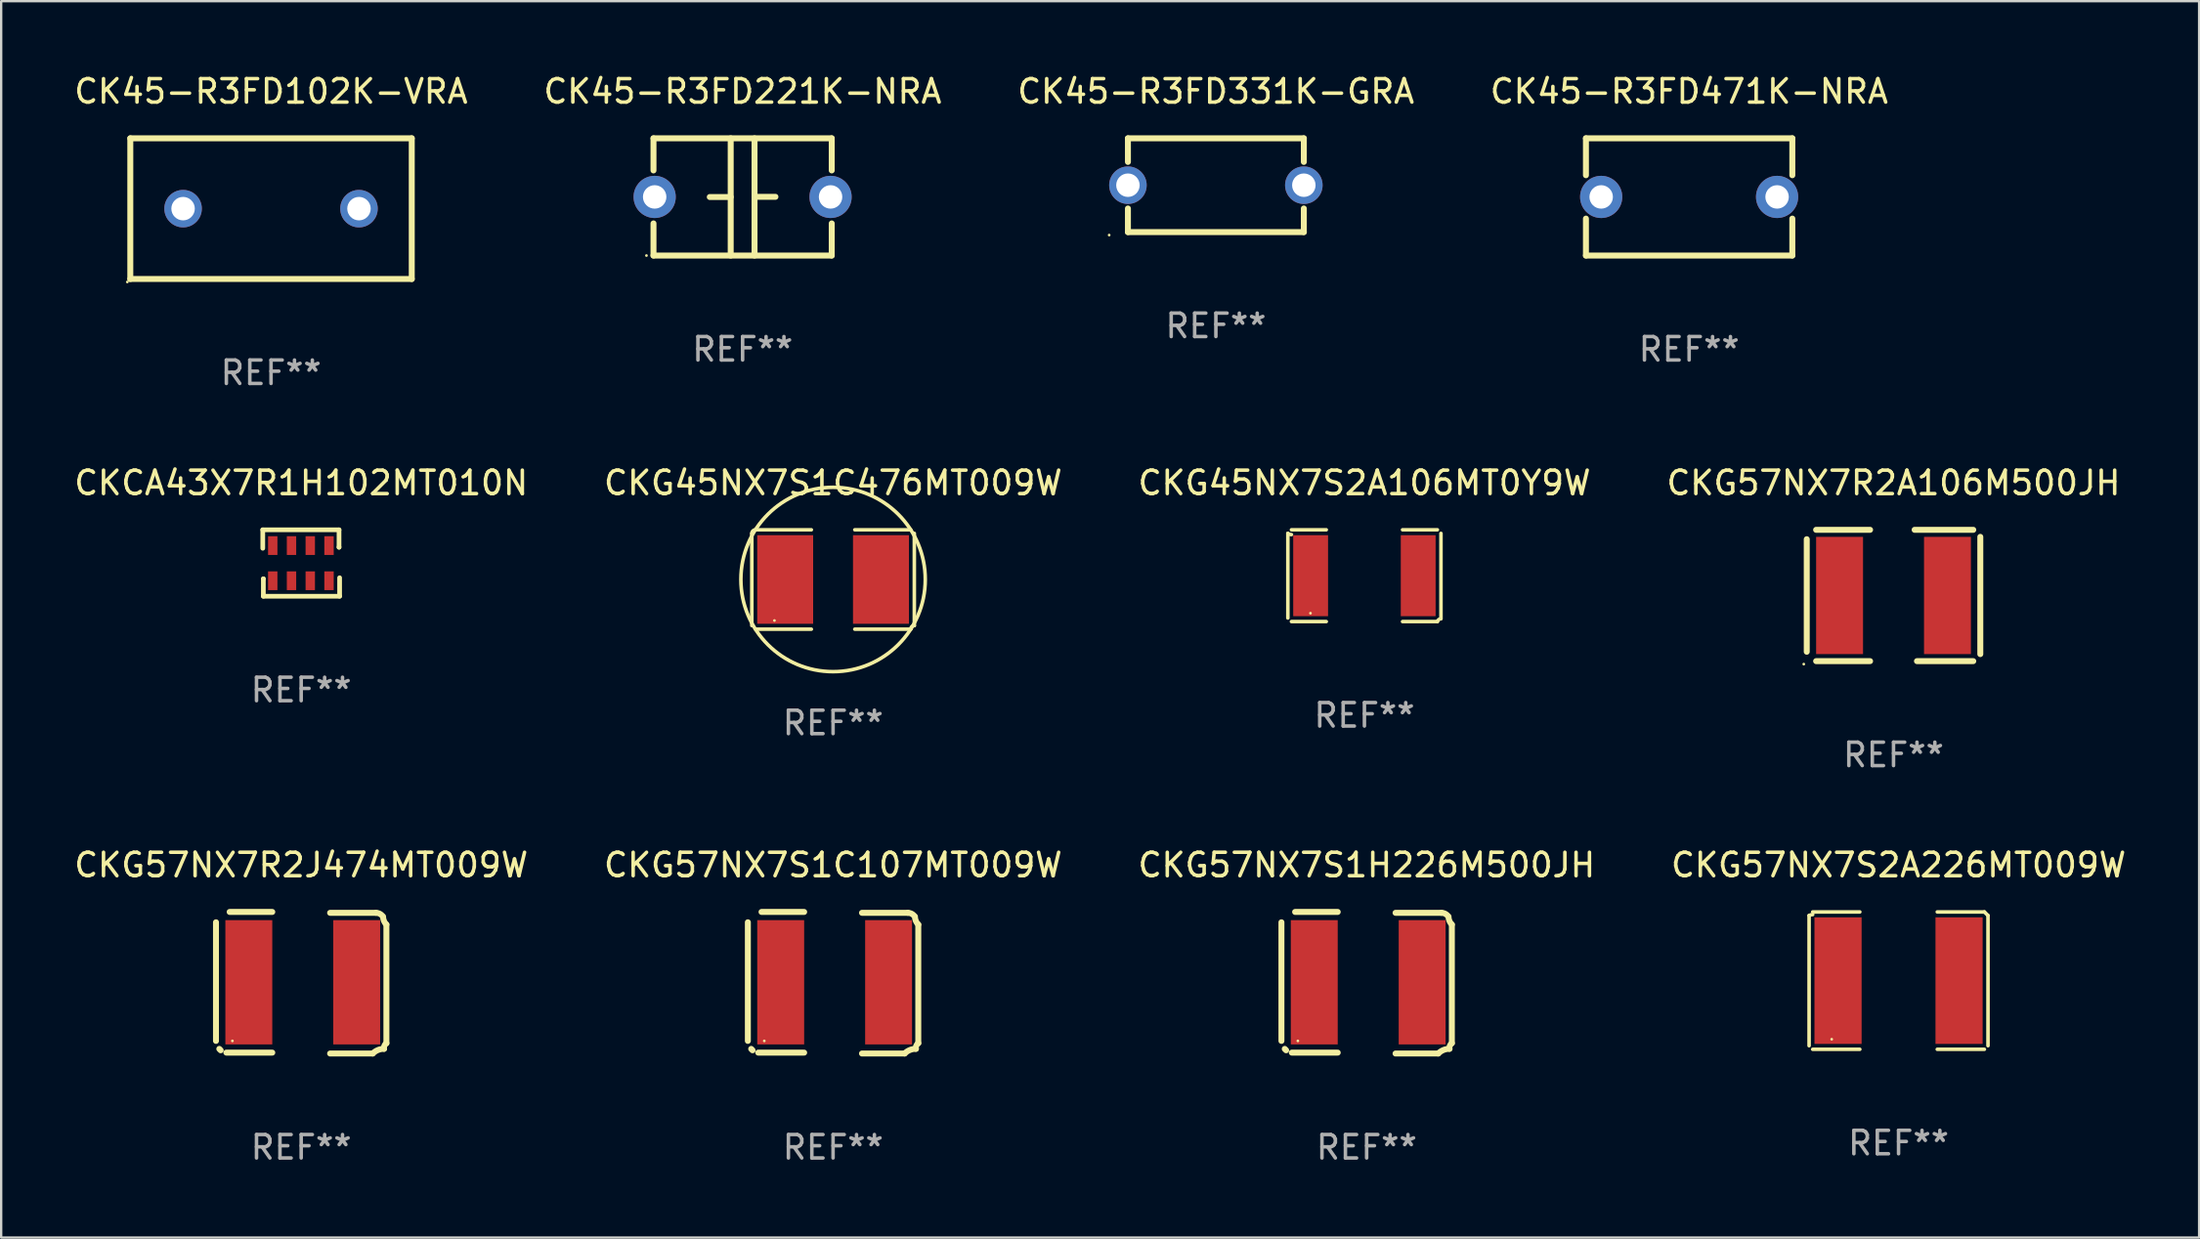
<source format=kicad_pcb>
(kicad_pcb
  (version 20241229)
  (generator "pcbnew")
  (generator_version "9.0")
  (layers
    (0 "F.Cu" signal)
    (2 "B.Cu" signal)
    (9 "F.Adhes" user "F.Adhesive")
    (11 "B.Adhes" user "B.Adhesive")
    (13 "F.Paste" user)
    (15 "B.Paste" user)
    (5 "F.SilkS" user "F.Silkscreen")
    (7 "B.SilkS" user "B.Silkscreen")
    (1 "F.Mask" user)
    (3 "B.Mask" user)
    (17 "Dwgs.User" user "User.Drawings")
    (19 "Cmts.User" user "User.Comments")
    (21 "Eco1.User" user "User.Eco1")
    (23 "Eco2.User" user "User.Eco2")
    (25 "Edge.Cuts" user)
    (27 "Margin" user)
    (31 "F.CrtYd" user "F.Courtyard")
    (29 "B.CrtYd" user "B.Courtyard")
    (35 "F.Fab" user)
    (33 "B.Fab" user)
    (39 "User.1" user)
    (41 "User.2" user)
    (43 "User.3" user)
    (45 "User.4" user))
  (footprint "CK45-R3FD102K-VRA"
    (layer "F.Cu")
    (at 8.506 5.848)
    (property "Reference" "CK45-R3FD102K-VRA" (at 0 -5 0) (layer "F.SilkS") (effects (font (size 1 1) (thickness 0.15))))
    (attr through_hole)
    (fp_line (start -6 -3) (end 6 -3) (stroke (width 0.254) (type solid)) (layer "F.SilkS"))
    (fp_line (start -6 3) (end -6 -3) (stroke (width 0.254) (type solid)) (layer "F.SilkS"))
    (fp_line (start 6 -3) (end 6 3) (stroke (width 0.254) (type solid)) (layer "F.SilkS"))
    (fp_line (start 6 3) (end -6 3) (stroke (width 0.254) (type solid)) (layer "F.SilkS"))
    (fp_circle (center -6.127 3.127) (end -6.097 3.127) (stroke (width 0.06) (type solid)) (fill no) (layer "F.SilkS"))
    (fp_text user "REF**" (at 0 7 0) (layer "F.Fab") (effects (font (size 1 1) (thickness 0.15))))
    (pad "1" thru_hole circle (at -3.75 0) (size 1.6 1.6) (drill 1) (layers "*.Cu" "*.Mask"))
    (pad "2" thru_hole circle (at 3.75 0) (size 1.6 1.6) (drill 1) (layers "*.Cu" "*.Mask")))
  (footprint "CK45-R3FD471K-NRA"
    (layer "F.Cu")
    (at 68.97 5.348)
    (property "Reference" "CK45-R3FD471K-NRA" (at 0 -4.5 0) (layer "F.SilkS") (effects (font (size 1 1) (thickness 0.15))))
    (attr through_hole)
    (fp_line (start -4.4 -2.5) (end -4.4 -0.925) (stroke (width 0.254) (type solid)) (layer "F.SilkS"))
    (fp_line (start -4.4 -2.5) (end 4.4 -2.5) (stroke (width 0.254) (type solid)) (layer "F.SilkS"))
    (fp_line (start -4.4 0.925) (end -4.4 2.5) (stroke (width 0.254) (type solid)) (layer "F.SilkS"))
    (fp_line (start -4.4 2.5) (end 4.4 2.5) (stroke (width 0.254) (type solid)) (layer "F.SilkS"))
    (fp_line (start 4.4 -2.5) (end 4.4 -0.925) (stroke (width 0.254) (type solid)) (layer "F.SilkS"))
    (fp_line (start 4.4 0.925) (end 4.4 2.5) (stroke (width 0.254) (type solid)) (layer "F.SilkS"))
    (fp_circle (center -4.25 2.5) (end -4.22 2.5) (stroke (width 0.06) (type solid)) (fill no) (layer "F.SilkS"))
    (fp_text user "REF**" (at 0 6.5 0) (layer "F.Fab") (effects (font (size 1 1) (thickness 0.15))))
    (pad "1" thru_hole circle (at -3.75 0) (size 1.8 1.8) (drill 1) (layers "*.Cu" "*.Mask"))
    (pad "2" thru_hole circle (at 3.75 0) (size 1.8 1.8) (drill 1) (layers "*.Cu" "*.Mask")))
  (footprint "CK45-R3FD331K-GRA"
    (layer "F.Cu")
    (at 48.792 4.848)
    (property "Reference" "CK45-R3FD331K-GRA" (at 0 -4 0) (layer "F.SilkS") (effects (font (size 1 1) (thickness 0.15))))
    (attr through_hole)
    (fp_line (start -3.75 -2) (end 3.75 -2) (stroke (width 0.254) (type solid)) (layer "F.SilkS"))
    (fp_line (start -3.75 -0.993) (end -3.75 -2) (stroke (width 0.254) (type solid)) (layer "F.SilkS"))
    (fp_line (start -3.75 2) (end -3.75 0.993) (stroke (width 0.254) (type solid)) (layer "F.SilkS"))
    (fp_line (start 3.75 -2) (end 3.75 -0.993) (stroke (width 0.254) (type solid)) (layer "F.SilkS"))
    (fp_line (start 3.75 0.993) (end 3.75 2) (stroke (width 0.254) (type solid)) (layer "F.SilkS"))
    (fp_line (start 3.75 2) (end -3.75 2) (stroke (width 0.254) (type solid)) (layer "F.SilkS"))
    (fp_circle (center -4.55 2.127) (end -4.52 2.127) (stroke (width 0.06) (type solid)) (fill no) (layer "F.SilkS"))
    (fp_text user "REF**" (at 0 6 0) (layer "F.Fab") (effects (font (size 1 1) (thickness 0.15))))
    (pad "1" thru_hole circle (at -3.75 0) (size 1.6 1.6) (drill 1) (layers "*.Cu" "*.Mask"))
    (pad "2" thru_hole circle (at 3.75 0) (size 1.6 1.6) (drill 1) (layers "*.Cu" "*.Mask")))
  (footprint "CKG57NX7R2A106M500JH"
    (layer "F.Cu")
    (at 77.685 22.345)
    (property "Reference" "CKG57NX7R2A106M500JH" (at 0 -4.8 0) (layer "F.SilkS") (effects (font (size 1 1) (thickness 0.15))))
    (attr through_hole)
    (fp_line (start -3.7 -2.4) (end -3.7 2.4) (stroke (width 0.254) (type solid)) (layer "F.SilkS"))
    (fp_line (start -3.3 2.8) (end -1 2.8) (stroke (width 0.254) (type solid)) (layer "F.SilkS"))
    (fp_line (start -1 -2.8) (end -3.3 -2.8) (stroke (width 0.254) (type solid)) (layer "F.SilkS"))
    (fp_line (start 0.9 -2.8) (end 3.4 -2.8) (stroke (width 0.254) (type solid)) (layer "F.SilkS"))
    (fp_line (start 3.4 2.8) (end 1 2.8) (stroke (width 0.254) (type solid)) (layer "F.SilkS"))
    (fp_line (start 3.7 -2.5) (end 3.7 2.5) (stroke (width 0.254) (type solid)) (layer "F.SilkS"))
    (fp_circle (center -3.827 2.927) (end -3.797 2.927) (stroke (width 0.06) (type solid)) (fill no) (layer "F.SilkS"))
    (fp_text user "REF**" (at 0 6.8 0) (layer "F.Fab") (effects (font (size 1 1) (thickness 0.15))))
    (pad "1" smd rect (at -2.3 0) (size 2 5) (layers "F.Cu" "F.Mask" "F.Paste"))
    (pad "2" smd rect (at 2.3 0) (size 2 5) (layers "F.Cu" "F.Mask" "F.Paste")))
  (footprint "CKG57NX7R2J474MT009W"
    (layer "F.Cu")
    (at 9.792 38.86)
    (property "Reference" "CKG57NX7R2J474MT009W" (at 0 -5.019 0) (layer "F.SilkS") (effects (font (size 1 1) (thickness 0.15))))
    (attr through_hole)
    (fp_line (start -3.633 -2.578) (end -3.633 2.481) (stroke (width 0.254) (type solid)) (layer "F.SilkS"))
    (fp_line (start -3.491 2.822) (end -3.433 2.881) (stroke (width 0.254) (type solid)) (layer "F.SilkS"))
    (fp_line (start -3.191 2.981) (end -1.233 2.981) (stroke (width 0.254) (type solid)) (layer "F.SilkS"))
    (fp_line (start -1.233 -3.019) (end -3.05 -3.019) (stroke (width 0.254) (type solid)) (layer "F.SilkS"))
    (fp_line (start 1.233 3.019) (end 3.05 3.019) (stroke (width 0.254) (type solid)) (layer "F.SilkS"))
    (fp_line (start 3.191 -2.981) (end 1.233 -2.981) (stroke (width 0.254) (type solid)) (layer "F.SilkS"))
    (fp_line (start 3.633 2.578) (end 3.633 -2.481) (stroke (width 0.254) (type solid)) (layer "F.SilkS"))
    (fp_arc (start 3.049987 3.019177) (mid 3.271523 2.871154) (end 3.532842 2.819177) (stroke (width 0.254001) (type solid)) (layer "F.SilkS"))
    (fp_arc (start 3.191415 -2.980823) (mid 3.322074 -2.954835) (end 3.432842 -2.880823) (stroke (width 0.254001) (type solid)) (layer "F.SilkS"))
    (fp_arc (start 3.532842 2.819177) (mid 3.547959 2.684014) (end 3.632842 2.577749) (stroke (width 0.254001) (type solid)) (layer "F.SilkS"))
    (fp_arc (start 3.632842 -2.480823) (mid 3.528172 -2.637471) (end 3.491415 -2.82225) (stroke (width 0.254001) (type solid)) (layer "F.SilkS"))
    (fp_circle (center -2.933 2.481) (end -2.903 2.481) (stroke (width 0.06) (type solid)) (fill no) (layer "F.SilkS"))
    (fp_text user "REF**" (at 0 7.019 0) (layer "F.Fab") (effects (font (size 1 1) (thickness 0.15))))
    (pad "1" smd rect (at -2.233 -0.019) (size 2 5.3) (layers "F.Cu" "F.Mask" "F.Paste"))
    (pad "2" smd rect (at 2.367 -0.019) (size 2 5.3) (layers "F.Cu" "F.Mask" "F.Paste")))
  (footprint "CKCA43X7R1H102MT010N"
    (layer "F.Cu")
    (at 9.792 20.961)
    (property "Reference" "CKCA43X7R1H102MT010N" (at 0 -3.416 0) (layer "F.SilkS") (effects (font (size 1 1) (thickness 0.15))))
    (attr through_hole)
    (fp_line (start -1.638 -1.416) (end 1.613 -1.416) (stroke (width 0.2) (type solid)) (layer "F.SilkS"))
    (fp_line (start -1.638 -0.629) (end -1.638 -1.416) (stroke (width 0.2) (type solid)) (layer "F.SilkS"))
    (fp_line (start -1.613 0.673) (end -1.613 0.68) (stroke (width 0.2) (type solid)) (layer "F.SilkS"))
    (fp_line (start -1.613 1.416) (end -1.613 0.673) (stroke (width 0.2) (type solid)) (layer "F.SilkS"))
    (fp_line (start 1.613 -1.416) (end 1.613 -0.673) (stroke (width 0.2) (type solid)) (layer "F.SilkS"))
    (fp_line (start 1.613 -0.673) (end 1.613 -0.68) (stroke (width 0.2) (type solid)) (layer "F.SilkS"))
    (fp_line (start 1.638 0.629) (end 1.638 1.416) (stroke (width 0.2) (type solid)) (layer "F.SilkS"))
    (fp_line (start 1.638 1.416) (end -1.613 1.416) (stroke (width 0.2) (type solid)) (layer "F.SilkS"))
    (fp_circle (center -1.613 0.806) (end -1.583 0.806) (stroke (width 0.06) (type solid)) (fill no) (layer "F.SilkS"))
    (fp_text user "REF**" (at 0 5.416 0) (layer "F.Fab") (effects (font (size 1 1) (thickness 0.15))))
    (pad "1" smd rect (at -1.213 0.756 90) (size 0.8 0.4) (layers "F.Cu" "F.Mask" "F.Paste"))
    (pad "2" smd rect (at -0.413 0.756 90) (size 0.8 0.4) (layers "F.Cu" "F.Mask" "F.Paste"))
    (pad "3" smd rect (at 0.387 0.756 90) (size 0.8 0.4) (layers "F.Cu" "F.Mask" "F.Paste"))
    (pad "4" smd rect (at 1.187 0.756 90) (size 0.8 0.4) (layers "F.Cu" "F.Mask" "F.Paste"))
    (pad "5" smd rect (at 1.187 -0.744 90) (size 0.8 0.4) (layers "F.Cu" "F.Mask" "F.Paste"))
    (pad "6" smd rect (at 0.387 -0.744 90) (size 0.8 0.4) (layers "F.Cu" "F.Mask" "F.Paste"))
    (pad "7" smd rect (at -0.413 -0.744 90) (size 0.8 0.4) (layers "F.Cu" "F.Mask" "F.Paste"))
    (pad "8" smd rect (at -1.213 -0.744 90) (size 0.8 0.4) (layers "F.Cu" "F.Mask" "F.Paste")))
  (footprint "CKG45NX7S2A106MT0Y9W"
    (layer "F.Cu")
    (at 55.125 21.501)
    (property "Reference" "CKG45NX7S2A106MT0Y9W" (at 0 -3.957 0) (layer "F.SilkS") (effects (font (size 1 1) (thickness 0.15))))
    (attr through_hole)
    (fp_line (start -3.264 1.804) (end -3.264 -1.804) (stroke (width 0.152) (type solid)) (layer "F.SilkS"))
    (fp_line (start -3.111 -1.957) (end -1.626 -1.957) (stroke (width 0.152) (type solid)) (layer "F.SilkS"))
    (fp_line (start -1.626 1.957) (end -3.111 1.957) (stroke (width 0.152) (type solid)) (layer "F.SilkS"))
    (fp_line (start 1.626 1.957) (end 3.111 1.957) (stroke (width 0.152) (type solid)) (layer "F.SilkS"))
    (fp_line (start 3.111 -1.957) (end 1.626 -1.957) (stroke (width 0.152) (type solid)) (layer "F.SilkS"))
    (fp_line (start 3.264 1.804) (end 3.264 -1.804) (stroke (width 0.152) (type solid)) (layer "F.SilkS"))
    (fp_arc (start -3.111202 -1.752192) (mid -3.191715 -1.76555) (end -3.263602 -1.804191) (stroke (width 0.1524) (type solid)) (layer "F.SilkS"))
    (fp_arc (start 3.111201 1.956591) (mid 3.167789 1.872777) (end 3.263602 1.840424) (stroke (width 0.1524) (type solid)) (layer "F.SilkS"))
    (fp_circle (center -2.3 1.6) (end -2.27 1.6) (stroke (width 0.06) (type solid)) (fill no) (layer "F.SilkS"))
    (fp_text user "REF**" (at 0 5.957 0) (layer "F.Fab") (effects (font (size 1 1) (thickness 0.15))))
    (pad "1" smd rect (at -2.293 0) (size 1.485 3.456) (layers "F.Cu" "F.Mask" "F.Paste"))
    (pad "2" smd rect (at 2.293 0) (size 1.485 3.456) (layers "F.Cu" "F.Mask" "F.Paste")))
  (footprint "CK45-R3FD221K-NRA"
    (layer "F.Cu")
    (at 28.613 5.348)
    (property "Reference" "CK45-R3FD221K-NRA" (at 0 -4.5 0) (layer "F.SilkS") (effects (font (size 1 1) (thickness 0.15))))
    (attr through_hole)
    (fp_line (start -3.8 -2.5) (end -3.8 -1.13) (stroke (width 0.254) (type solid)) (layer "F.SilkS"))
    (fp_line (start -3.8 -2.5) (end 3.8 -2.5) (stroke (width 0.254) (type solid)) (layer "F.SilkS"))
    (fp_line (start -3.8 1.13) (end -3.8 2.5) (stroke (width 0.254) (type solid)) (layer "F.SilkS"))
    (fp_line (start -3.8 2.5) (end 3.8 2.5) (stroke (width 0.254) (type solid)) (layer "F.SilkS"))
    (fp_line (start -0.508 0.004) (end -1.4 0.004) (stroke (width 0.254) (type solid)) (layer "F.SilkS"))
    (fp_line (start -0.508 2.5) (end -0.508 -2.5) (stroke (width 0.254) (type solid)) (layer "F.SilkS"))
    (fp_line (start 0.508 -2.5) (end 0.508 2.5) (stroke (width 0.254) (type solid)) (layer "F.SilkS"))
    (fp_line (start 0.508 -0.004) (end 1.4 -0.004) (stroke (width 0.254) (type solid)) (layer "F.SilkS"))
    (fp_line (start 3.8 -2.5) (end 3.8 -1.13) (stroke (width 0.254) (type solid)) (layer "F.SilkS"))
    (fp_line (start 3.8 1.13) (end 3.8 2.5) (stroke (width 0.254) (type solid)) (layer "F.SilkS"))
    (fp_circle (center -4.1 2.5) (end -4.07 2.5) (stroke (width 0.06) (type solid)) (fill no) (layer "F.SilkS"))
    (fp_text user "REF**" (at 0 6.5 0) (layer "F.Fab") (effects (font (size 1 1) (thickness 0.15))))
    (pad "1" thru_hole circle (at -3.75 0) (size 1.8 1.8) (drill 1) (layers "*.Cu" "*.Mask"))
    (pad "2" thru_hole circle (at 3.75 0) (size 1.8 1.8) (drill 1) (layers "*.Cu" "*.Mask")))
  (footprint "CKG57NX7S1C107MT009W"
    (layer "F.Cu")
    (at 32.47 38.86)
    (property "Reference" "CKG57NX7S1C107MT009W" (at 0 -5.019 0) (layer "F.SilkS") (effects (font (size 1 1) (thickness 0.15))))
    (attr through_hole)
    (fp_line (start -3.633 -2.578) (end -3.633 2.481) (stroke (width 0.254) (type solid)) (layer "F.SilkS"))
    (fp_line (start -3.491 2.822) (end -3.433 2.881) (stroke (width 0.254) (type solid)) (layer "F.SilkS"))
    (fp_line (start -3.191 2.981) (end -1.233 2.981) (stroke (width 0.254) (type solid)) (layer "F.SilkS"))
    (fp_line (start -1.233 -3.019) (end -3.05 -3.019) (stroke (width 0.254) (type solid)) (layer "F.SilkS"))
    (fp_line (start 1.233 3.019) (end 3.05 3.019) (stroke (width 0.254) (type solid)) (layer "F.SilkS"))
    (fp_line (start 3.191 -2.981) (end 1.233 -2.981) (stroke (width 0.254) (type solid)) (layer "F.SilkS"))
    (fp_line (start 3.633 2.578) (end 3.633 -2.481) (stroke (width 0.254) (type solid)) (layer "F.SilkS"))
    (fp_arc (start 3.049987 3.019177) (mid 3.271523 2.871154) (end 3.532842 2.819177) (stroke (width 0.254001) (type solid)) (layer "F.SilkS"))
    (fp_arc (start 3.191415 -2.980823) (mid 3.322074 -2.954835) (end 3.432842 -2.880823) (stroke (width 0.254001) (type solid)) (layer "F.SilkS"))
    (fp_arc (start 3.532842 2.819177) (mid 3.547959 2.684014) (end 3.632842 2.577749) (stroke (width 0.254001) (type solid)) (layer "F.SilkS"))
    (fp_arc (start 3.632842 -2.480823) (mid 3.528172 -2.637471) (end 3.491415 -2.82225) (stroke (width 0.254001) (type solid)) (layer "F.SilkS"))
    (fp_circle (center -2.933 2.481) (end -2.903 2.481) (stroke (width 0.06) (type solid)) (fill no) (layer "F.SilkS"))
    (fp_text user "REF**" (at 0 7.019 0) (layer "F.Fab") (effects (font (size 1 1) (thickness 0.15))))
    (pad "1" smd rect (at -2.233 -0.019) (size 2 5.3) (layers "F.Cu" "F.Mask" "F.Paste"))
    (pad "2" smd rect (at 2.367 -0.019) (size 2 5.3) (layers "F.Cu" "F.Mask" "F.Paste")))
  (footprint "CKG45NX7S1C476MT009W"
    (layer "F.Cu")
    (at 32.47 21.663)
    (property "Reference" "CKG45NX7S1C476MT009W" (at 0 -4.119 0) (layer "F.SilkS") (effects (font (size 1 1) (thickness 0.15))))
    (attr through_hole)
    (fp_line (start -3.464 -1.966) (end -3.464 1.966) (stroke (width 0.152) (type solid)) (layer "F.SilkS"))
    (fp_line (start -3.311 2.119) (end -0.926 2.119) (stroke (width 0.152) (type solid)) (layer "F.SilkS"))
    (fp_line (start -0.926 -2.119) (end -3.311 -2.119) (stroke (width 0.152) (type solid)) (layer "F.SilkS"))
    (fp_line (start 0.926 -2.119) (end 3.311 -2.119) (stroke (width 0.152) (type solid)) (layer "F.SilkS"))
    (fp_line (start 3.311 2.119) (end 0.926 2.119) (stroke (width 0.152) (type solid)) (layer "F.SilkS"))
    (fp_line (start 3.464 -1.966) (end 3.464 1.966) (stroke (width 0.152) (type solid)) (layer "F.SilkS"))
    (fp_arc (start -3.463599 -1.9662) (mid -3.418962 -2.073963) (end -3.311199 -2.1186) (stroke (width 0.1524) (type solid)) (layer "F.SilkS"))
    (fp_arc (start 3.311199 -2.1186) (mid -3.311177 2.118578) (end 3.311199 -2.1186) (stroke (width 0.1524) (type solid)) (layer "F.SilkS"))
    (fp_arc (start 3.311199 2.1186) (mid 3.355836 2.010837) (end 3.463599 1.9662) (stroke (width 0.1524) (type solid)) (layer "F.SilkS"))
    (fp_circle (center -2.5 1.75) (end -2.47 1.75) (stroke (width 0.06) (type solid)) (fill no) (layer "F.SilkS"))
    (fp_text user "REF**" (at 0 6.119 0) (layer "F.Fab") (effects (font (size 1 1) (thickness 0.15))))
    (pad "1" smd rect (at -2.042 0) (size 2.385 3.78) (layers "F.Cu" "F.Mask" "F.Paste"))
    (pad "2" smd rect (at 2.042 0) (size 2.385 3.78) (layers "F.Cu" "F.Mask" "F.Paste")))
  (footprint "CKG57NX7S2A226MT009W"
    (layer "F.Cu")
    (at 77.899 38.77)
    (property "Reference" "CKG57NX7S2A226MT009W" (at 0 -4.929 0) (layer "F.SilkS") (effects (font (size 1 1) (thickness 0.15))))
    (attr through_hole)
    (fp_line (start -3.814 2.776) (end -3.814 -2.776) (stroke (width 0.152) (type solid)) (layer "F.SilkS"))
    (fp_line (start -3.661 -2.929) (end -1.651 -2.929) (stroke (width 0.152) (type solid)) (layer "F.SilkS"))
    (fp_line (start -1.651 2.929) (end -3.661 2.929) (stroke (width 0.152) (type solid)) (layer "F.SilkS"))
    (fp_line (start 1.651 2.929) (end 3.661 2.929) (stroke (width 0.152) (type solid)) (layer "F.SilkS"))
    (fp_line (start 3.661 -2.929) (end 1.651 -2.929) (stroke (width 0.152) (type solid)) (layer "F.SilkS"))
    (fp_line (start 3.814 2.776) (end 3.814 -2.776) (stroke (width 0.152) (type solid)) (layer "F.SilkS"))
    (fp_arc (start -3.813614 -2.7762) (mid -3.739925 -2.805625) (end -3.661214 -2.815646) (stroke (width 0.1524) (type solid)) (layer "F.SilkS"))
    (fp_arc (start 3.661214 -2.9286) (mid 3.737425 -2.852411) (end 3.813614 -2.7762) (stroke (width 0.1524) (type solid)) (layer "F.SilkS"))
    (fp_circle (center -2.85 2.5) (end -2.82 2.5) (stroke (width 0.06) (type solid)) (fill no) (layer "F.SilkS"))
    (fp_text user "REF**" (at 0 6.929 0) (layer "F.Fab") (effects (font (size 1 1) (thickness 0.15))))
    (pad "1" smd rect (at -2.58 0) (size 2.01 5.4) (layers "F.Cu" "F.Mask" "F.Paste"))
    (pad "2" smd rect (at 2.58 0) (size 2.01 5.4) (layers "F.Cu" "F.Mask" "F.Paste")))
  (footprint "CKG57NX7S1H226M500JH"
    (layer "F.Cu")
    (at 55.22 38.86)
    (property "Reference" "CKG57NX7S1H226M500JH" (at 0 -5.019 0) (layer "F.SilkS") (effects (font (size 1 1) (thickness 0.15))))
    (attr through_hole)
    (fp_line (start -3.633 -2.578) (end -3.633 2.481) (stroke (width 0.254) (type solid)) (layer "F.SilkS"))
    (fp_line (start -3.491 2.822) (end -3.433 2.881) (stroke (width 0.254) (type solid)) (layer "F.SilkS"))
    (fp_line (start -3.191 2.981) (end -1.233 2.981) (stroke (width 0.254) (type solid)) (layer "F.SilkS"))
    (fp_line (start -1.233 -3.019) (end -3.05 -3.019) (stroke (width 0.254) (type solid)) (layer "F.SilkS"))
    (fp_line (start 1.233 3.019) (end 3.05 3.019) (stroke (width 0.254) (type solid)) (layer "F.SilkS"))
    (fp_line (start 3.191 -2.981) (end 1.233 -2.981) (stroke (width 0.254) (type solid)) (layer "F.SilkS"))
    (fp_line (start 3.633 2.578) (end 3.633 -2.481) (stroke (width 0.254) (type solid)) (layer "F.SilkS"))
    (fp_arc (start 3.049987 3.019177) (mid 3.271523 2.871154) (end 3.532842 2.819177) (stroke (width 0.254001) (type solid)) (layer "F.SilkS"))
    (fp_arc (start 3.191415 -2.980823) (mid 3.322074 -2.954835) (end 3.432842 -2.880823) (stroke (width 0.254001) (type solid)) (layer "F.SilkS"))
    (fp_arc (start 3.532842 2.819177) (mid 3.547959 2.684014) (end 3.632842 2.577749) (stroke (width 0.254001) (type solid)) (layer "F.SilkS"))
    (fp_arc (start 3.632842 -2.480823) (mid 3.528172 -2.637471) (end 3.491415 -2.82225) (stroke (width 0.254001) (type solid)) (layer "F.SilkS"))
    (fp_circle (center -2.933 2.481) (end -2.903 2.481) (stroke (width 0.06) (type solid)) (fill no) (layer "F.SilkS"))
    (fp_text user "REF**" (at 0 7.019 0) (layer "F.Fab") (effects (font (size 1 1) (thickness 0.15))))
    (pad "1" smd rect (at -2.233 -0.019) (size 2 5.3) (layers "F.Cu" "F.Mask" "F.Paste"))
    (pad "2" smd rect (at 2.367 -0.019) (size 2 5.3) (layers "F.Cu" "F.Mask" "F.Paste")))
  (gr_rect
    (start -3 -3)
    (end 90.714 49.728)
    (stroke (width 0.1) (type default))
    (fill no)
    (layer "Edge.Cuts")))
</source>
